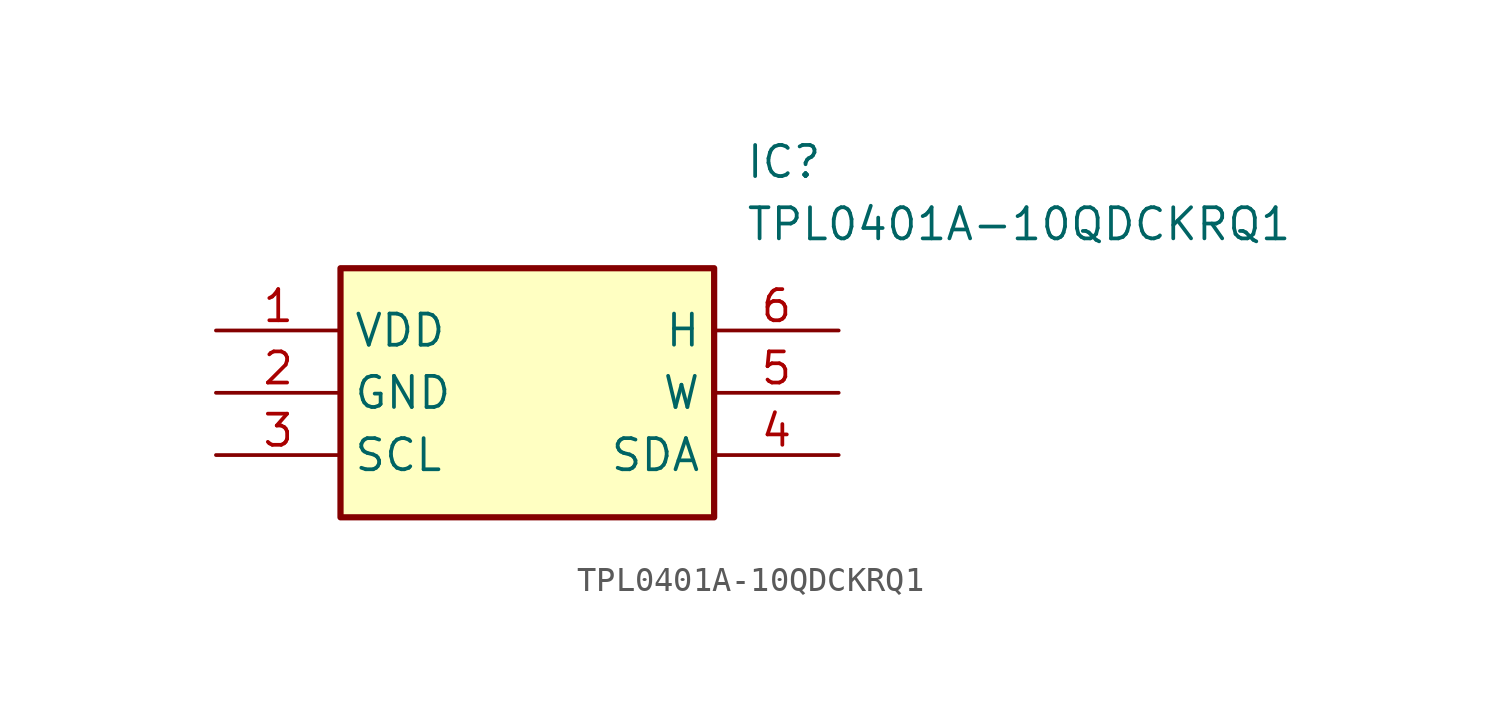
<source format=kicad_sym>
(kicad_symbol_lib
  (version 20211014)
  (generator SamacSys_ECAD_Model)
  (symbol "TPL0401A-10QDCKRQ1"
    (property "Reference" "IC"
      (at 21.59 7.62 0)
      (effects (font (size 1.27 1.27)) (justify left top)))
    (property "Value" "TPL0401A-10QDCKRQ1"
      (at 21.59 5.08 0)
      (effects (font (size 1.27 1.27)) (justify left top)))
    (rectangle
      (start 5.08 2.54)
      (end 20.32 -7.62)
      (stroke (width 0.254) (type default))
      (fill (type background)))
    (pin passive line
      (at 0 0 0)
      (length 5.08)
      (name "VDD" (effects (font (size 1.27 1.27))))
      (number "1" (effects (font (size 1.27 1.27)))))
    (pin passive line
      (at 0 -2.54 0)
      (length 5.08)
      (name "GND" (effects (font (size 1.27 1.27))))
      (number "2" (effects (font (size 1.27 1.27)))))
    (pin passive line
      (at 0 -5.08 0)
      (length 5.08)
      (name "SCL" (effects (font (size 1.27 1.27))))
      (number "3" (effects (font (size 1.27 1.27)))))
    (pin passive line
      (at 25.4 0 180)
      (length 5.08)
      (name "H" (effects (font (size 1.27 1.27))))
      (number "6" (effects (font (size 1.27 1.27)))))
    (pin passive line
      (at 25.4 -2.54 180)
      (length 5.08)
      (name "W" (effects (font (size 1.27 1.27))))
      (number "5" (effects (font (size 1.27 1.27)))))
    (pin passive line
      (at 25.4 -5.08 180)
      (length 5.08)
      (name "SDA" (effects (font (size 1.27 1.27))))
      (number "4" (effects (font (size 1.27 1.27)))))))
</source>
